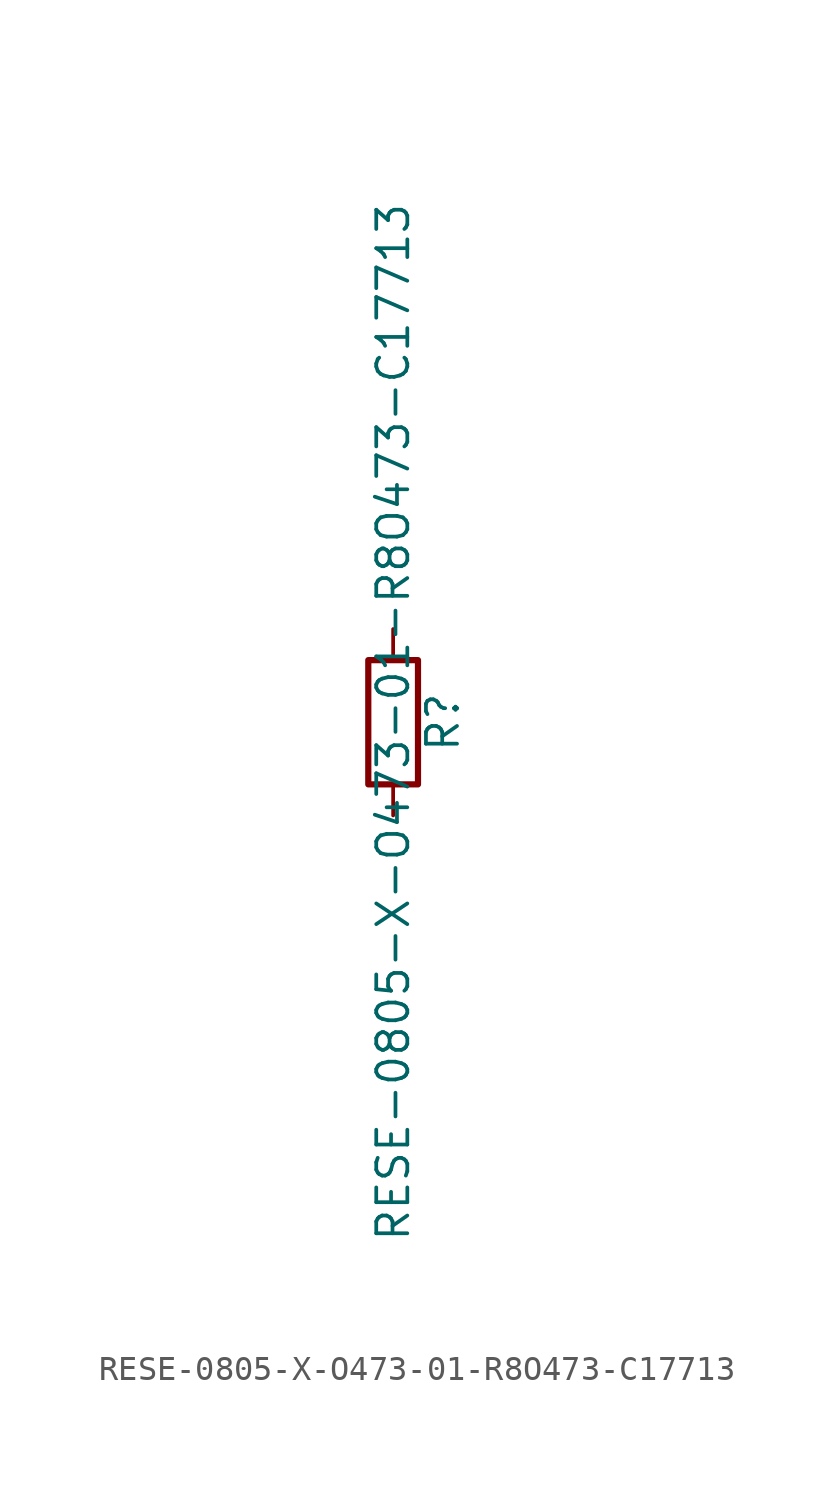
<source format=kicad_sym>
(kicad_symbol_lib
  (version 20211014)
  (generator kicad_symbol_editor)
  (symbol "RESE-0805-X-O473-01-R8O473-C17713"
    (pin_numbers hide)
    (pin_names
      (offset 0))
    (property "Reference" "R"
      (at 2.032 0 90)
      (effects (font (size 1.27 1.27))))
    (property "Value" "RESE-0805-X-O473-01-R8O473-C17713"
      (at 0 0 90)
      (effects (font (size 1.27 1.27))))
    (symbol "RESE-0805-X-O473-01-R8O473-C17713_0_1"
      (rectangle (start -1.016 -2.54) (end 1.016 2.54) (stroke (width 0.254) (type default) (color 0 0 0 0)) (fill (type none))))
    (symbol "RESE-0805-X-O473-01-R8O473-C17713_1_1"
      (pin passive line (at 0 3.81 270) (length 1.27) (name "~" (effects (font (size 1.27 1.27)))) (number "1" (effects (font (size 1.27 1.27)))))
      (pin passive line (at 0 -3.81 90) (length 1.27) (name "~" (effects (font (size 1.27 1.27)))) (number "2" (effects (font (size 1.27 1.27))))))))
</source>
